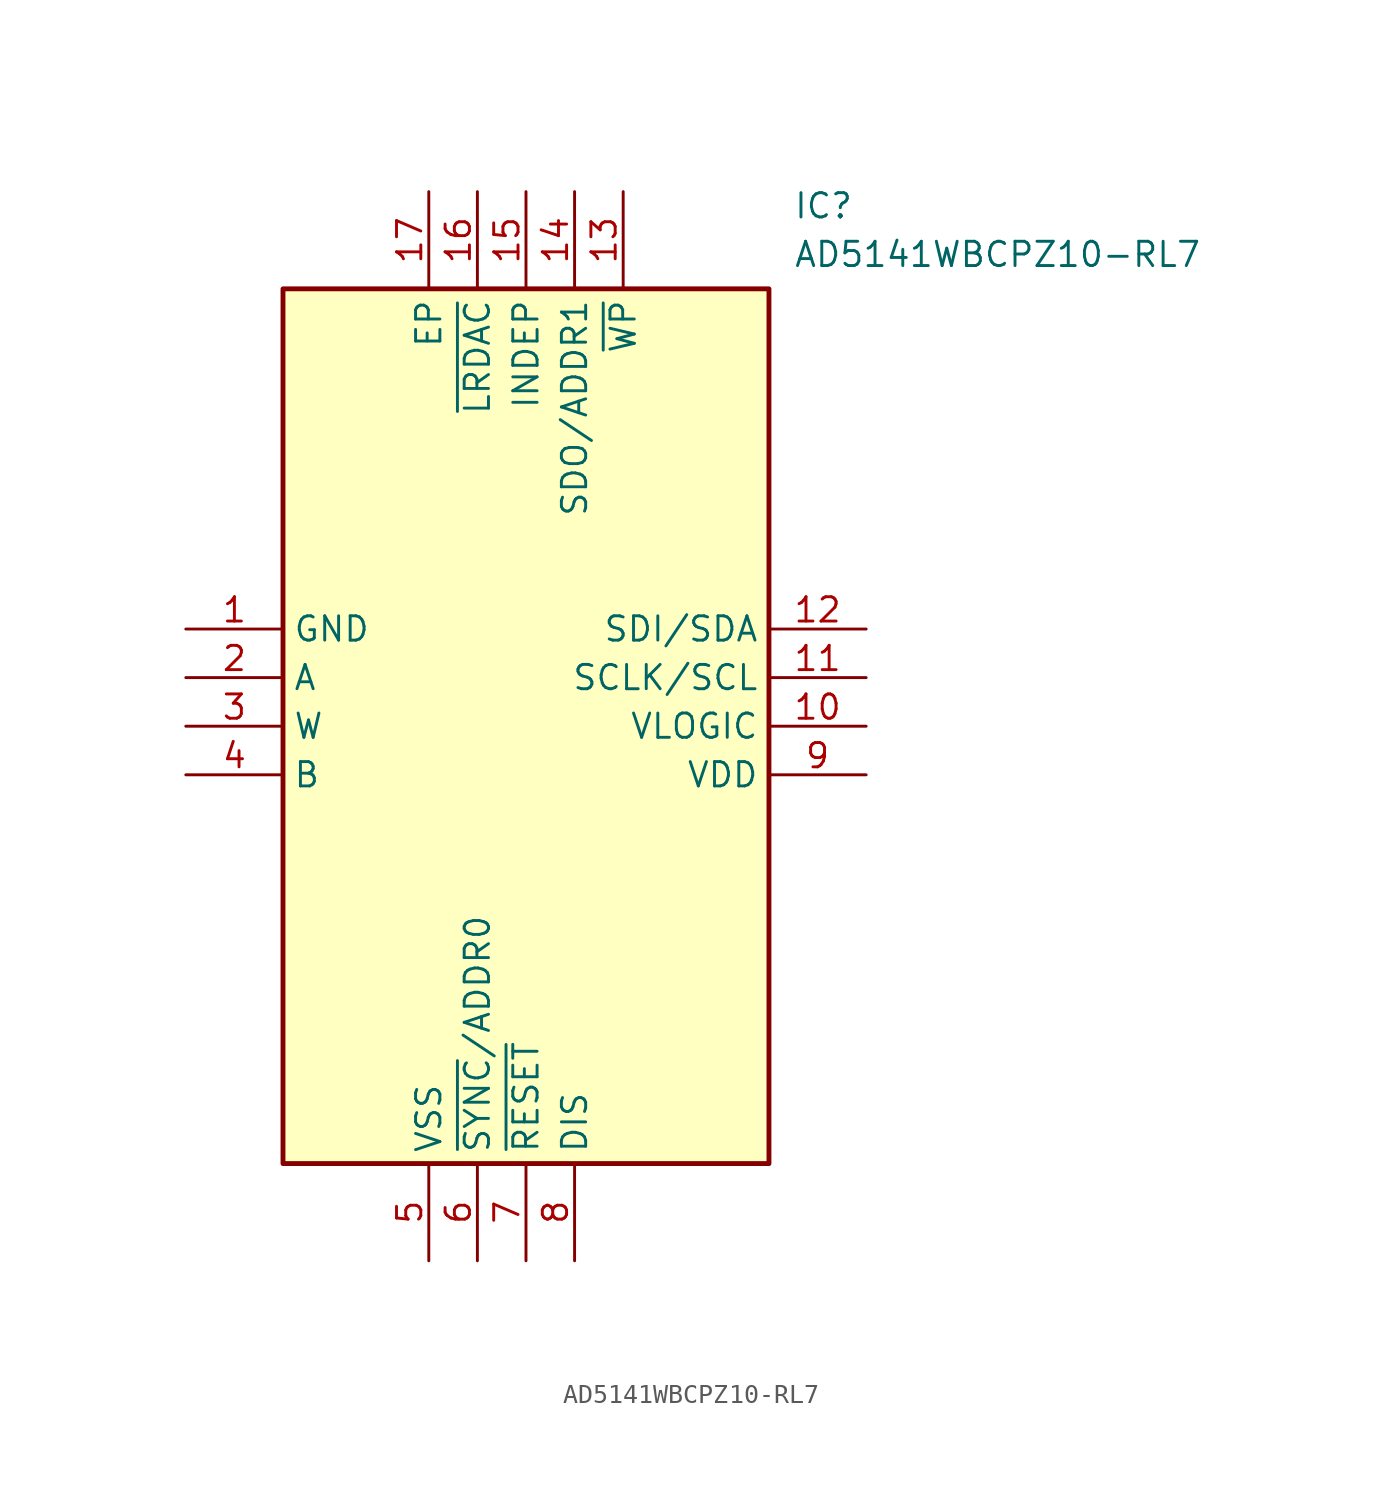
<source format=kicad_sym>
(kicad_symbol_lib
  (version 20211014)
  (generator SamacSys_ECAD_Model)
  (symbol "AD5141WBCPZ10-RL7"
    (property "Reference" "IC"
      (at 31.75 22.86 0)
      (effects (font (size 1.27 1.27)) (justify left top)))
    (property "Value" "AD5141WBCPZ10-RL7"
      (at 31.75 20.32 0)
      (effects (font (size 1.27 1.27)) (justify left top)))
    (rectangle
      (start 5.08 17.78)
      (end 30.48 -27.94)
      (stroke (width 0.254) (type default))
      (fill (type background)))
    (pin passive line
      (at 0 0 0)
      (length 5.08)
      (name "GND" (effects (font (size 1.27 1.27))))
      (number "1" (effects (font (size 1.27 1.27)))))
    (pin passive line
      (at 0 -2.54 0)
      (length 5.08)
      (name "A" (effects (font (size 1.27 1.27))))
      (number "2" (effects (font (size 1.27 1.27)))))
    (pin passive line
      (at 0 -5.08 0)
      (length 5.08)
      (name "W" (effects (font (size 1.27 1.27))))
      (number "3" (effects (font (size 1.27 1.27)))))
    (pin passive line
      (at 0 -7.62 0)
      (length 5.08)
      (name "B" (effects (font (size 1.27 1.27))))
      (number "4" (effects (font (size 1.27 1.27)))))
    (pin passive line
      (at 12.7 -33.02 90)
      (length 5.08)
      (name "VSS" (effects (font (size 1.27 1.27))))
      (number "5" (effects (font (size 1.27 1.27)))))
    (pin passive line
      (at 15.24 -33.02 90)
      (length 5.08)
      (name "~{SYNC}/ADDR0" (effects (font (size 1.27 1.27))))
      (number "6" (effects (font (size 1.27 1.27)))))
    (pin passive line
      (at 17.78 -33.02 90)
      (length 5.08)
      (name "~{RESET}" (effects (font (size 1.27 1.27))))
      (number "7" (effects (font (size 1.27 1.27)))))
    (pin passive line
      (at 20.32 -33.02 90)
      (length 5.08)
      (name "DIS" (effects (font (size 1.27 1.27))))
      (number "8" (effects (font (size 1.27 1.27)))))
    (pin passive line
      (at 35.56 0 180)
      (length 5.08)
      (name "SDI/SDA" (effects (font (size 1.27 1.27))))
      (number "12" (effects (font (size 1.27 1.27)))))
    (pin passive line
      (at 35.56 -2.54 180)
      (length 5.08)
      (name "SCLK/SCL" (effects (font (size 1.27 1.27))))
      (number "11" (effects (font (size 1.27 1.27)))))
    (pin passive line
      (at 35.56 -5.08 180)
      (length 5.08)
      (name "VLOGIC" (effects (font (size 1.27 1.27))))
      (number "10" (effects (font (size 1.27 1.27)))))
    (pin passive line
      (at 35.56 -7.62 180)
      (length 5.08)
      (name "VDD" (effects (font (size 1.27 1.27))))
      (number "9" (effects (font (size 1.27 1.27)))))
    (pin passive line
      (at 12.7 22.86 270)
      (length 5.08)
      (name "EP" (effects (font (size 1.27 1.27))))
      (number "17" (effects (font (size 1.27 1.27)))))
    (pin passive line
      (at 15.24 22.86 270)
      (length 5.08)
      (name "~{LRDAC}" (effects (font (size 1.27 1.27))))
      (number "16" (effects (font (size 1.27 1.27)))))
    (pin passive line
      (at 17.78 22.86 270)
      (length 5.08)
      (name "INDEP" (effects (font (size 1.27 1.27))))
      (number "15" (effects (font (size 1.27 1.27)))))
    (pin passive line
      (at 20.32 22.86 270)
      (length 5.08)
      (name "SDO/ADDR1" (effects (font (size 1.27 1.27))))
      (number "14" (effects (font (size 1.27 1.27)))))
    (pin passive line
      (at 22.86 22.86 270)
      (length 5.08)
      (name "~{WP}" (effects (font (size 1.27 1.27))))
      (number "13" (effects (font (size 1.27 1.27)))))))
</source>
